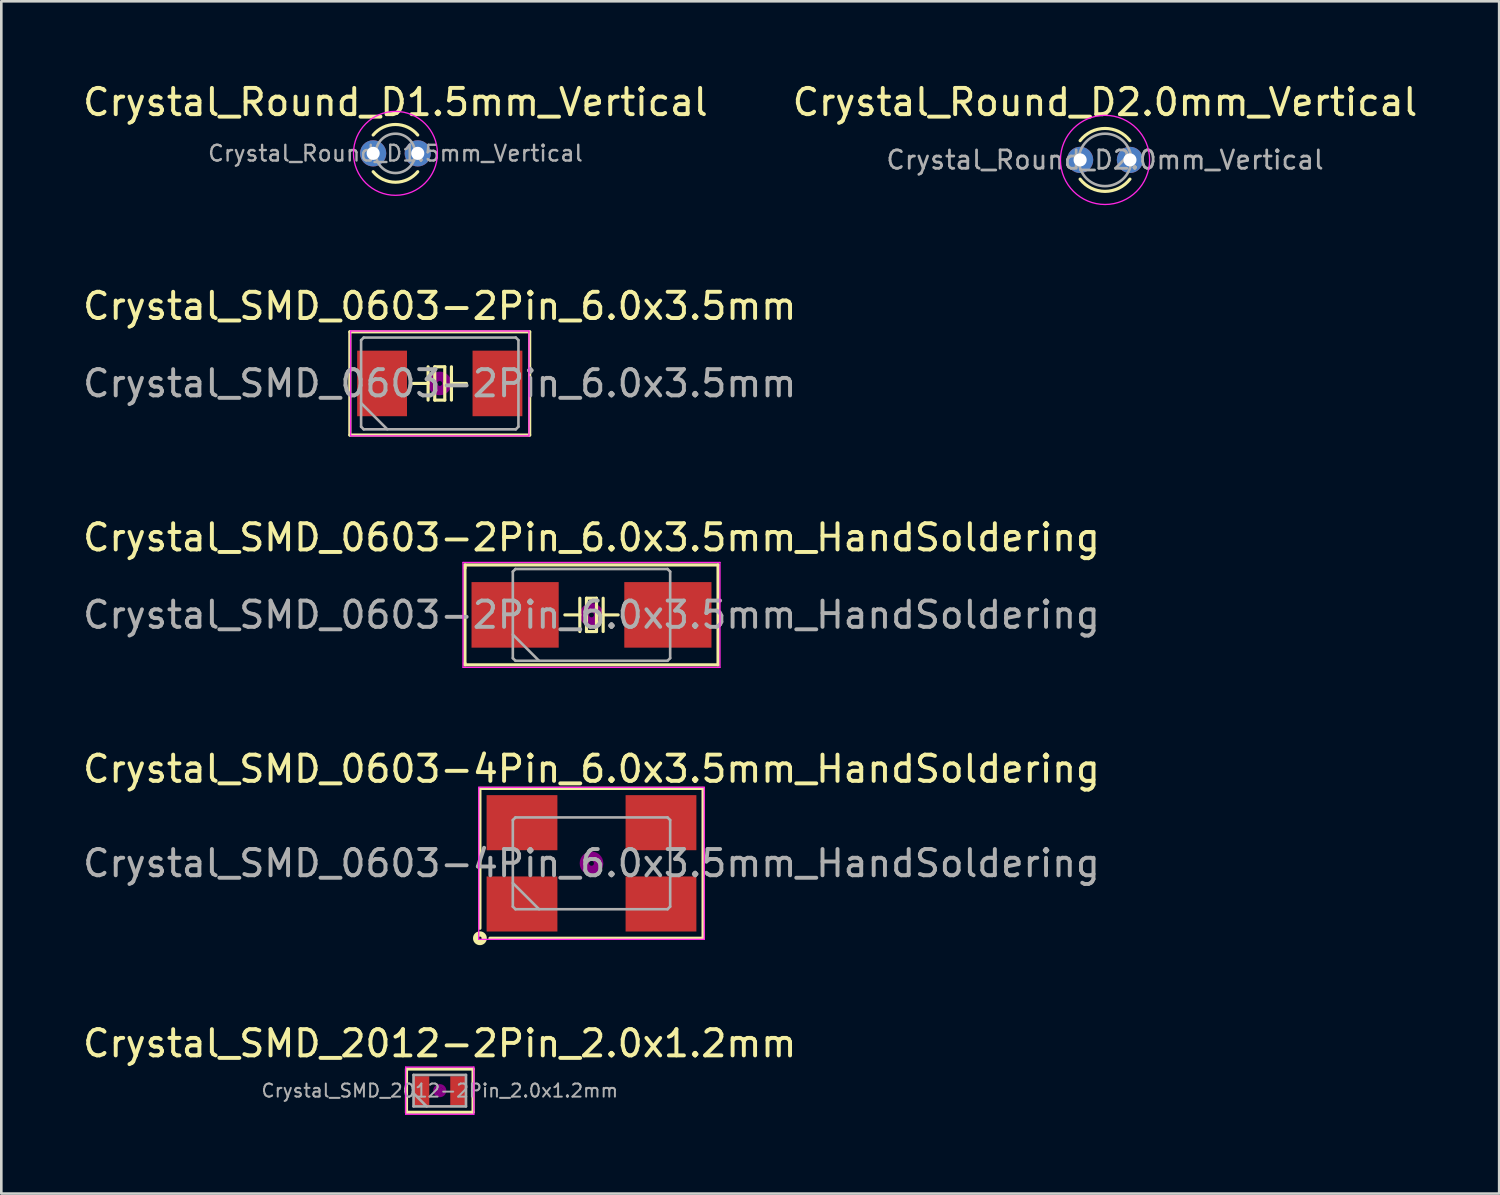
<source format=kicad_pcb>
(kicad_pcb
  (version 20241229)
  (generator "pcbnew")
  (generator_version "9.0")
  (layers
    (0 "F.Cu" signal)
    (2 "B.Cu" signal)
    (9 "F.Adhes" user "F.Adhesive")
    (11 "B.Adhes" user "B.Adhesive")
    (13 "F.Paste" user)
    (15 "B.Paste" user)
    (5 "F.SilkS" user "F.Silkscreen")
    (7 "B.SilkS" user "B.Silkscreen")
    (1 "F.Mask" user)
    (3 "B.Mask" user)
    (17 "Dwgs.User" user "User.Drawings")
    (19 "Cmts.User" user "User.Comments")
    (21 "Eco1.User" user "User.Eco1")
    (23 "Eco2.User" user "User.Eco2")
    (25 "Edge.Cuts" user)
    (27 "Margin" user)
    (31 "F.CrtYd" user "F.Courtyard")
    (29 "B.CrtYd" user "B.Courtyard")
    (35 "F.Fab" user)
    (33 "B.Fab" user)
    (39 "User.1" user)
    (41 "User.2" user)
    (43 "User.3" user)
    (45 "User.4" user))
  (footprint "Crystal_Round_D2.0mm_Vertical"
    (layer "F.Cu")
    (at 38.139 3.048)
    (property "Reference" "Crystal_Round_D2.0mm_Vertical" (at 0.95 -2.2 0) (layer "F.SilkS") (effects (font (size 1 1) (thickness 0.15))))
    (attr through_hole)
    (fp_arc (start 0 -0.733144) (mid 0.950178 -1.2) (end 1.900217 -0.732863) (stroke (width 0.12) (type solid)) (layer "F.SilkS"))
    (fp_arc (start 1.900217 0.732863) (mid 0.950178 1.2) (end 0 0.733144) (stroke (width 0.12) (type solid)) (layer "F.SilkS"))
    (fp_circle (center 0.95 0) (end 2.65 0) (stroke (width 0.05) (type solid)) (fill no) (layer "F.CrtYd"))
    (fp_circle (center 0.95 0) (end 1.95 0) (stroke (width 0.1) (type solid)) (fill no) (layer "F.Fab"))
    (fp_text user "${REFERENCE}" (at 0.95 0 0) (layer "F.Fab") (effects (font (size 0.7 0.7) (thickness 0.105))))
    (pad "1" thru_hole circle (at 0 0) (size 1 1) (drill 0.5) (layers "*.Cu" "*.Mask"))
    (pad "2" thru_hole circle (at 1.9 0) (size 1 1) (drill 0.5) (layers "*.Cu" "*.Mask")))
  (footprint "Crystal_SMD_2012-2Pin_2.0x1.2mm"
    (layer "F.Cu")
    (at 13.72 38.541)
    (property "Reference" "Crystal_SMD_2012-2Pin_2.0x1.2mm" (at 0 -1.8 0) (layer "F.SilkS") (effects (font (size 1 1) (thickness 0.15))))
    (attr smd)
    (fp_line (start -1.27 -0.826) (end -1.27 0.826) (stroke (width 0.12) (type solid)) (layer "F.SilkS"))
    (fp_line (start -1.27 0.826) (end 1.27 0.826) (stroke (width 0.12) (type solid)) (layer "F.SilkS"))
    (fp_line (start 1.27 -0.826) (end -1.27 -0.826) (stroke (width 0.12) (type solid)) (layer "F.SilkS"))
    (fp_line (start 1.27 0.826) (end 1.27 -0.826) (stroke (width 0.12) (type solid)) (layer "F.SilkS"))
    (fp_circle (center 0 0) (end 0.047 0) (stroke (width 0.093) (type solid)) (fill no) (layer "F.Adhes"))
    (fp_circle (center 0 0) (end 0.107 0) (stroke (width 0.067) (type solid)) (fill no) (layer "F.Adhes"))
    (fp_circle (center 0 0) (end 0.167 0) (stroke (width 0.067) (type solid)) (fill no) (layer "F.Adhes"))
    (fp_circle (center 0 0) (end 0.2 0) (stroke (width 0.1) (type solid)) (fill no) (layer "F.Adhes"))
    (fp_line (start -1.3 -0.9) (end -1.3 0.9) (stroke (width 0.05) (type solid)) (layer "F.CrtYd"))
    (fp_line (start -1.3 0.9) (end 1.3 0.9) (stroke (width 0.05) (type solid)) (layer "F.CrtYd"))
    (fp_line (start 1.3 -0.9) (end -1.3 -0.9) (stroke (width 0.05) (type solid)) (layer "F.CrtYd"))
    (fp_line (start 1.3 0.9) (end 1.3 -0.9) (stroke (width 0.05) (type solid)) (layer "F.CrtYd"))
    (fp_line (start -1 -0.6) (end -1 0.6) (stroke (width 0.1) (type solid)) (layer "F.Fab"))
    (fp_line (start -1 0.1) (end -0.5 0.6) (stroke (width 0.1) (type solid)) (layer "F.Fab"))
    (fp_line (start -1 0.6) (end 1 0.6) (stroke (width 0.1) (type solid)) (layer "F.Fab"))
    (fp_line (start 1 -0.6) (end -1 -0.6) (stroke (width 0.1) (type solid)) (layer "F.Fab"))
    (fp_line (start 1 0.6) (end 1 -0.6) (stroke (width 0.1) (type solid)) (layer "F.Fab"))
    (fp_text user "${REFERENCE}" (at 0 0 0) (layer "F.Fab") (effects (font (size 0.5 0.5) (thickness 0.075))))
    (pad "1" smd rect (at -0.7 0) (size 0.6 1.1) (layers "F.Cu" "F.Mask" "F.Paste"))
    (pad "2" smd rect (at 0.7 0) (size 0.6 1.1) (layers "F.Cu" "F.Mask" "F.Paste")))
  (footprint "Crystal_SMD_0603-2Pin_6.0x3.5mm"
    (layer "F.Cu")
    (at 13.72 11.572)
    (property "Reference" "Crystal_SMD_0603-2Pin_6.0x3.5mm" (at 0 -2.95 0) (layer "F.SilkS") (effects (font (size 1 1) (thickness 0.15))))
    (attr smd)
    (fp_line (start -3.429 -1.968) (end -3.429 1.968) (stroke (width 0.12) (type solid)) (layer "F.SilkS"))
    (fp_line (start -3.429 1.968) (end 3.429 1.968) (stroke (width 0.12) (type solid)) (layer "F.SilkS"))
    (fp_line (start -1.016 0) (end -0.445 0) (stroke (width 0.12) (type solid)) (layer "F.SilkS"))
    (fp_line (start -0.445 0.635) (end -0.445 -0.635) (stroke (width 0.12) (type solid)) (layer "F.SilkS"))
    (fp_line (start -0.191 -0.635) (end -0.191 0) (stroke (width 0.12) (type solid)) (layer "F.SilkS"))
    (fp_line (start -0.191 -0.635) (end 0.191 -0.635) (stroke (width 0.12) (type solid)) (layer "F.SilkS"))
    (fp_line (start -0.191 0.635) (end -0.191 0) (stroke (width 0.12) (type solid)) (layer "F.SilkS"))
    (fp_line (start 0.191 -0.635) (end 0.191 0) (stroke (width 0.12) (type solid)) (layer "F.SilkS"))
    (fp_line (start 0.191 0.635) (end -0.191 0.635) (stroke (width 0.12) (type solid)) (layer "F.SilkS"))
    (fp_line (start 0.191 0.635) (end 0.191 0) (stroke (width 0.12) (type solid)) (layer "F.SilkS"))
    (fp_line (start 0.445 -0.635) (end 0.445 0.635) (stroke (width 0.12) (type solid)) (layer "F.SilkS"))
    (fp_line (start 1.016 0) (end 0.445 0) (stroke (width 0.12) (type solid)) (layer "F.SilkS"))
    (fp_line (start 3.429 -1.968) (end -3.429 -1.968) (stroke (width 0.12) (type solid)) (layer "F.SilkS"))
    (fp_line (start 3.429 1.968) (end 3.429 -1.968) (stroke (width 0.12) (type solid)) (layer "F.SilkS"))
    (fp_circle (center 0 0) (end 0.093 0) (stroke (width 0.187) (type solid)) (fill no) (layer "F.Adhes"))
    (fp_circle (center 0 0) (end 0.213 0) (stroke (width 0.133) (type solid)) (fill no) (layer "F.Adhes"))
    (fp_circle (center 0 0) (end 0.333 0) (stroke (width 0.133) (type solid)) (fill no) (layer "F.Adhes"))
    (fp_circle (center 0 0) (end 0.4 0) (stroke (width 0.1) (type solid)) (fill no) (layer "F.Adhes"))
    (fp_line (start -3.4 -2) (end -3.4 2) (stroke (width 0.05) (type solid)) (layer "F.CrtYd"))
    (fp_line (start -3.4 2) (end 3.4 2) (stroke (width 0.05) (type solid)) (layer "F.CrtYd"))
    (fp_line (start 3.4 -2) (end -3.4 -2) (stroke (width 0.05) (type solid)) (layer "F.CrtYd"))
    (fp_line (start 3.4 2) (end 3.4 -2) (stroke (width 0.05) (type solid)) (layer "F.CrtYd"))
    (fp_line (start -3 -1.65) (end -2.9 -1.75) (stroke (width 0.1) (type solid)) (layer "F.Fab"))
    (fp_line (start -3 0.75) (end -2 1.75) (stroke (width 0.1) (type solid)) (layer "F.Fab"))
    (fp_line (start -3 1.65) (end -3 -1.65) (stroke (width 0.1) (type solid)) (layer "F.Fab"))
    (fp_line (start -2.9 -1.75) (end 2.9 -1.75) (stroke (width 0.1) (type solid)) (layer "F.Fab"))
    (fp_line (start -2.9 1.75) (end -3 1.65) (stroke (width 0.1) (type solid)) (layer "F.Fab"))
    (fp_line (start 2.9 -1.75) (end 3 -1.65) (stroke (width 0.1) (type solid)) (layer "F.Fab"))
    (fp_line (start 2.9 1.75) (end -2.9 1.75) (stroke (width 0.1) (type solid)) (layer "F.Fab"))
    (fp_line (start 3 -1.65) (end 3 1.65) (stroke (width 0.1) (type solid)) (layer "F.Fab"))
    (fp_line (start 3 1.65) (end 2.9 1.75) (stroke (width 0.1) (type solid)) (layer "F.Fab"))
    (fp_text user "${REFERENCE}" (at 0 0 0) (layer "F.Fab") (effects (font (size 1 1) (thickness 0.15))))
    (pad "1" smd rect (at -2.2 0) (size 1.9 2.5) (layers "F.Cu" "F.Mask" "F.Paste"))
    (pad "2" smd rect (at 2.2 0) (size 1.9 2.5) (layers "F.Cu" "F.Mask" "F.Paste")))
  (footprint "Crystal_SMD_0603-4Pin_6.0x3.5mm_HandSoldering"
    (layer "F.Cu")
    (at 19.506 29.872)
    (property "Reference" "Crystal_SMD_0603-4Pin_6.0x3.5mm_HandSoldering" (at 0 -3.6 0) (layer "F.SilkS") (effects (font (size 1 1) (thickness 0.15))))
    (attr smd)
    (fp_line (start -4.255 -2.857) (end -4.255 2.477) (stroke (width 0.12) (type solid)) (layer "F.SilkS"))
    (fp_line (start -3.873 2.857) (end 4.255 2.857) (stroke (width 0.12) (type solid)) (layer "F.SilkS"))
    (fp_line (start 4.255 -2.857) (end -4.255 -2.857) (stroke (width 0.12) (type solid)) (layer "F.SilkS"))
    (fp_line (start 4.255 2.857) (end 4.255 -2.857) (stroke (width 0.12) (type solid)) (layer "F.SilkS"))
    (fp_circle (center -4.255 2.857) (end -4.191 2.857) (stroke (width 0.2) (type solid)) (fill no) (layer "F.SilkS"))
    (fp_circle (center 0 0) (end 0.093 0) (stroke (width 0.187) (type solid)) (fill no) (layer "F.Adhes"))
    (fp_circle (center 0 0) (end 0.213 0) (stroke (width 0.133) (type solid)) (fill no) (layer "F.Adhes"))
    (fp_circle (center 0 0) (end 0.333 0) (stroke (width 0.133) (type solid)) (fill no) (layer "F.Adhes"))
    (fp_circle (center 0 0) (end 0.4 0) (stroke (width 0.1) (type solid)) (fill no) (layer "F.Adhes"))
    (fp_line (start -4.3 -2.9) (end -4.3 2.9) (stroke (width 0.05) (type solid)) (layer "F.CrtYd"))
    (fp_line (start -4.3 2.9) (end 4.3 2.9) (stroke (width 0.05) (type solid)) (layer "F.CrtYd"))
    (fp_line (start 4.3 -2.9) (end -4.3 -2.9) (stroke (width 0.05) (type solid)) (layer "F.CrtYd"))
    (fp_line (start 4.3 2.9) (end 4.3 -2.9) (stroke (width 0.05) (type solid)) (layer "F.CrtYd"))
    (fp_line (start -3 -1.65) (end -2.9 -1.75) (stroke (width 0.1) (type solid)) (layer "F.Fab"))
    (fp_line (start -3 0.75) (end -2 1.75) (stroke (width 0.1) (type solid)) (layer "F.Fab"))
    (fp_line (start -3 1.65) (end -3 -1.65) (stroke (width 0.1) (type solid)) (layer "F.Fab"))
    (fp_line (start -2.9 -1.75) (end 2.9 -1.75) (stroke (width 0.1) (type solid)) (layer "F.Fab"))
    (fp_line (start -2.9 1.75) (end -3 1.65) (stroke (width 0.1) (type solid)) (layer "F.Fab"))
    (fp_line (start 2.9 -1.75) (end 3 -1.65) (stroke (width 0.1) (type solid)) (layer "F.Fab"))
    (fp_line (start 2.9 1.75) (end -2.9 1.75) (stroke (width 0.1) (type solid)) (layer "F.Fab"))
    (fp_line (start 3 -1.65) (end 3 1.65) (stroke (width 0.1) (type solid)) (layer "F.Fab"))
    (fp_line (start 3 1.65) (end 2.9 1.75) (stroke (width 0.1) (type solid)) (layer "F.Fab"))
    (fp_text user "${REFERENCE}" (at 0 0 0) (layer "F.Fab") (effects (font (size 1 1) (thickness 0.15))))
    (pad "1" smd rect (at -2.65 1.55) (size 2.7 2.1) (layers "F.Cu" "F.Mask" "F.Paste"))
    (pad "2" smd rect (at 2.65 1.55) (size 2.7 2.1) (layers "F.Cu" "F.Mask" "F.Paste"))
    (pad "3" smd rect (at 2.65 -1.55) (size 2.7 2.1) (layers "F.Cu" "F.Mask" "F.Paste"))
    (pad "4" smd rect (at -2.65 -1.55) (size 2.7 2.1) (layers "F.Cu" "F.Mask" "F.Paste")))
  (footprint "Crystal_SMD_0603-2Pin_6.0x3.5mm_HandSoldering"
    (layer "F.Cu")
    (at 19.506 20.398)
    (property "Reference" "Crystal_SMD_0603-2Pin_6.0x3.5mm_HandSoldering" (at 0 -2.95 0) (layer "F.SilkS") (effects (font (size 1 1) (thickness 0.15))))
    (attr smd)
    (fp_line (start -4.826 -1.905) (end -4.826 -1.778) (stroke (width 0.12) (type solid)) (layer "F.SilkS"))
    (fp_line (start -4.826 -1.841) (end -4.826 1.841) (stroke (width 0.12) (type solid)) (layer "F.SilkS"))
    (fp_line (start -4.826 1.841) (end -4.826 1.905) (stroke (width 0.12) (type solid)) (layer "F.SilkS"))
    (fp_line (start -4.826 1.905) (end 4.826 1.905) (stroke (width 0.12) (type solid)) (layer "F.SilkS"))
    (fp_line (start -1.016 0) (end -0.445 0) (stroke (width 0.12) (type solid)) (layer "F.SilkS"))
    (fp_line (start -0.445 0.635) (end -0.445 -0.635) (stroke (width 0.12) (type solid)) (layer "F.SilkS"))
    (fp_line (start -0.191 -0.635) (end -0.191 0) (stroke (width 0.12) (type solid)) (layer "F.SilkS"))
    (fp_line (start -0.191 -0.635) (end 0.191 -0.635) (stroke (width 0.12) (type solid)) (layer "F.SilkS"))
    (fp_line (start -0.191 0.635) (end -0.191 0) (stroke (width 0.12) (type solid)) (layer "F.SilkS"))
    (fp_line (start 0.191 -0.635) (end 0.191 0) (stroke (width 0.12) (type solid)) (layer "F.SilkS"))
    (fp_line (start 0.191 0.635) (end -0.191 0.635) (stroke (width 0.12) (type solid)) (layer "F.SilkS"))
    (fp_line (start 0.191 0.635) (end 0.191 0) (stroke (width 0.12) (type solid)) (layer "F.SilkS"))
    (fp_line (start 0.445 -0.635) (end 0.445 0.635) (stroke (width 0.12) (type solid)) (layer "F.SilkS"))
    (fp_line (start 1.016 0) (end 0.445 0) (stroke (width 0.12) (type solid)) (layer "F.SilkS"))
    (fp_line (start 4.826 -1.905) (end -4.826 -1.905) (stroke (width 0.12) (type solid)) (layer "F.SilkS"))
    (fp_line (start 4.826 1.905) (end 4.826 -1.905) (stroke (width 0.12) (type solid)) (layer "F.SilkS"))
    (fp_circle (center 0 0) (end 0.093 0) (stroke (width 0.187) (type solid)) (fill no) (layer "F.Adhes"))
    (fp_circle (center 0 0) (end 0.213 0) (stroke (width 0.133) (type solid)) (fill no) (layer "F.Adhes"))
    (fp_circle (center 0 0) (end 0.333 0) (stroke (width 0.133) (type solid)) (fill no) (layer "F.Adhes"))
    (fp_circle (center 0 0) (end 0.4 0) (stroke (width 0.1) (type solid)) (fill no) (layer "F.Adhes"))
    (fp_line (start -4.9 -2) (end -4.9 2) (stroke (width 0.05) (type solid)) (layer "F.CrtYd"))
    (fp_line (start -4.9 2) (end 4.9 2) (stroke (width 0.05) (type solid)) (layer "F.CrtYd"))
    (fp_line (start 4.9 -2) (end -4.9 -2) (stroke (width 0.05) (type solid)) (layer "F.CrtYd"))
    (fp_line (start 4.9 2) (end 4.9 -2) (stroke (width 0.05) (type solid)) (layer "F.CrtYd"))
    (fp_line (start -3 -1.65) (end -2.9 -1.75) (stroke (width 0.1) (type solid)) (layer "F.Fab"))
    (fp_line (start -3 0.75) (end -2 1.75) (stroke (width 0.1) (type solid)) (layer "F.Fab"))
    (fp_line (start -3 1.65) (end -3 -1.65) (stroke (width 0.1) (type solid)) (layer "F.Fab"))
    (fp_line (start -2.9 -1.75) (end 2.9 -1.75) (stroke (width 0.1) (type solid)) (layer "F.Fab"))
    (fp_line (start -2.9 1.75) (end -3 1.65) (stroke (width 0.1) (type solid)) (layer "F.Fab"))
    (fp_line (start 2.9 -1.75) (end 3 -1.65) (stroke (width 0.1) (type solid)) (layer "F.Fab"))
    (fp_line (start 2.9 1.75) (end -2.9 1.75) (stroke (width 0.1) (type solid)) (layer "F.Fab"))
    (fp_line (start 3 -1.65) (end 3 1.65) (stroke (width 0.1) (type solid)) (layer "F.Fab"))
    (fp_line (start 3 1.65) (end 2.9 1.75) (stroke (width 0.1) (type solid)) (layer "F.Fab"))
    (fp_text user "${REFERENCE}" (at 0 0 0) (layer "F.Fab") (effects (font (size 1 1) (thickness 0.15))))
    (pad "1" smd rect (at -2.913 0) (size 3.325 2.5) (layers "F.Cu" "F.Mask" "F.Paste"))
    (pad "2" smd rect (at 2.913 0) (size 3.325 2.5) (layers "F.Cu" "F.Mask" "F.Paste")))
  (footprint "Crystal_Round_D1.5mm_Vertical"
    (layer "F.Cu")
    (at 11.18 2.798)
    (property "Reference" "Crystal_Round_D1.5mm_Vertical" (at 0.85 -1.95 0) (layer "F.SilkS") (effects (font (size 1 1) (thickness 0.15))))
    (attr through_hole)
    (fp_arc (start 0 -0.7) (mid 0.850432 -1.101136) (end 1.700549 -0.699333) (stroke (width 0.12) (type solid)) (layer "F.SilkS"))
    (fp_arc (start 1.700549 0.699333) (mid 0.850432 1.101136) (end 0 0.7) (stroke (width 0.12) (type solid)) (layer "F.SilkS"))
    (fp_circle (center 0.85 0) (end 2.45 0) (stroke (width 0.05) (type solid)) (fill no) (layer "F.CrtYd"))
    (fp_circle (center 0.85 0) (end 1.6 0) (stroke (width 0.1) (type solid)) (fill no) (layer "F.Fab"))
    (fp_text user "${REFERENCE}" (at 0.85 0 0) (layer "F.Fab") (effects (font (size 0.6 0.6) (thickness 0.09))))
    (pad "1" thru_hole circle (at 0 0) (size 1 1) (drill 0.5) (layers "*.Cu" "*.Mask"))
    (pad "2" thru_hole circle (at 1.7 0) (size 1 1) (drill 0.5) (layers "*.Cu" "*.Mask")))
  (gr_rect
    (start -3 -3)
    (end 54.119 42.466)
    (stroke (width 0.1) (type default))
    (fill no)
    (layer "Edge.Cuts")))
</source>
